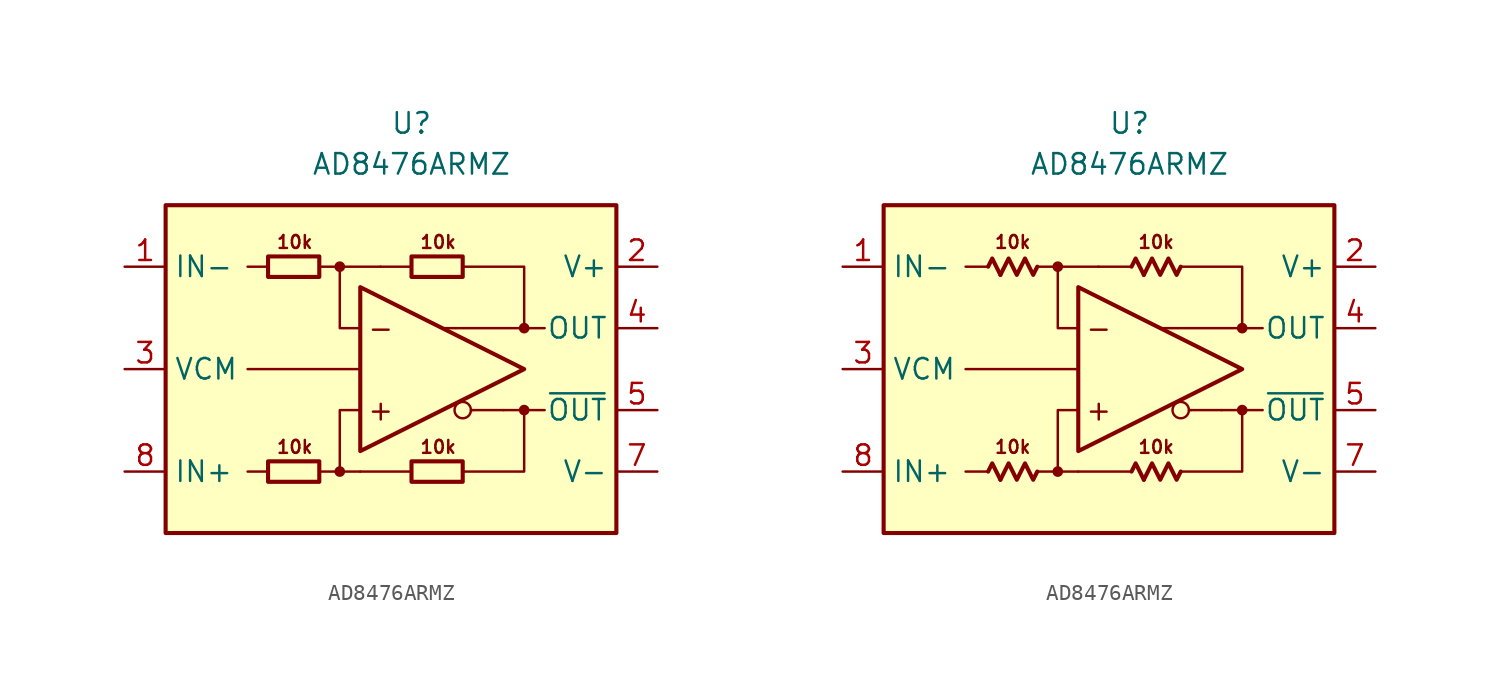
<source format=kicad_sym>
(kicad_symbol_lib
  (version 20231120)
  (generator "kicad_symbol_editor")
  (generator_version "8.0")
  (symbol "AD8476ARMZ"
    (property "Reference" "U"
      (at 0 15.24 0)
      (effects (font (size 1.27 1.27))))
    (property "Value" "AD8476ARMZ"
      (at 0 12.7 0)
      (effects (font (size 1.27 1.27))))
    (symbol "AD8476ARMZ_0_0"
      (rectangle (start -15.24 10.16) (end 12.7 -10.16) (stroke (width 0.254) (type default)) (fill (type background)))
      (circle (center -4.445 -6.35) (radius 0.254) (stroke (width 0.152) (type default)) (fill (type outline)))
      (circle (center -4.445 6.35) (radius 0.254) (stroke (width 0.152) (type default)) (fill (type outline)))
      (polyline (pts (xy -10.16 0) (xy -3.175 0)) (stroke (width 0) (type default)) (fill (type none)))
      (polyline (pts (xy -8.89 -6.35) (xy -10.16 -6.35)) (stroke (width 0.152) (type default)) (fill (type none)))
      (polyline (pts (xy -8.89 6.35) (xy -10.16 6.35)) (stroke (width 0.152) (type default)) (fill (type none)))
      (polyline (pts (xy -4.445 6.35) (xy -1.905 6.35)) (stroke (width 0.152) (type default)) (fill (type none)))
      (polyline (pts (xy -3.175 -6.35) (xy -4.445 -6.35)) (stroke (width 0.152) (type default)) (fill (type none)))
      (polyline (pts (xy 0 -6.35) (xy -3.175 -6.35)) (stroke (width 0.152) (type default)) (fill (type none)))
      (polyline (pts (xy 0 6.35) (xy -1.905 6.35)) (stroke (width 0.152) (type default)) (fill (type none)))
      (polyline (pts (xy 3.81 -2.54) (xy 3.683 -2.54)) (stroke (width 0.152) (type default)) (fill (type none)))
      (polyline (pts (xy 5.715 -2.54) (xy 3.81 -2.54)) (stroke (width 0.152) (type default)) (fill (type none)))
      (polyline (pts (xy 6.985 -2.54) (xy 8.255 -2.54)) (stroke (width 0.152) (type default)) (fill (type none)))
      (polyline (pts (xy 6.985 2.54) (xy 8.255 2.54)) (stroke (width 0.152) (type default)) (fill (type none)))
      (polyline (pts (xy -5.715 -6.35) (xy -4.445 -6.35) (xy -4.445 -2.54) (xy -3.175 -2.54)) (stroke (width 0.152) (type default)) (fill (type none)))
      (polyline (pts (xy -3.175 2.54) (xy -4.445 2.54) (xy -4.445 6.35) (xy -5.715 6.35)) (stroke (width 0.152) (type default)) (fill (type none)))
      (polyline (pts (xy 3.175 6.35) (xy 6.985 6.35) (xy 6.985 2.54) (xy 1.905 2.54)) (stroke (width 0.152) (type default)) (fill (type none)))
      (polyline (pts (xy 5.715 -2.54) (xy 6.985 -2.54) (xy 6.985 -6.35) (xy 3.175 -6.35)) (stroke (width 0.152) (type default)) (fill (type none)))
      (circle (center 3.175 -2.54) (radius 0.508) (stroke (width 0.152) (type default)) (fill (type none)))
      (circle (center 6.985 -2.54) (radius 0.254) (stroke (width 0.152) (type default)) (fill (type outline)))
      (circle (center 6.985 2.54) (radius 0.254) (stroke (width 0.152) (type default)) (fill (type outline)))
      (text "+" (at -1.905 -2.54 0) (effects (font (size 1.27 1.27))))
      (text "-" (at -1.905 2.54 0) (effects (font (size 1.27 1.27))))
      (text "10k" (at -7.239 -4.826 0) (effects (font (size 0.8 0.8))))
      (text "10k" (at -7.239 7.874 0) (effects (font (size 0.8 0.8))))
      (text "10k" (at 1.651 -4.826 0) (effects (font (size 0.8 0.8))))
      (text "10k" (at 1.651 7.874 0) (effects (font (size 0.8 0.8)))))
    (symbol "AD8476ARMZ_0_1"
      (rectangle (start -8.89 -5.715) (end -5.715 -6.985) (stroke (width 0.254) (type default)) (fill (type none)))
      (rectangle (start -8.89 6.985) (end -5.715 5.715) (stroke (width 0.254) (type default)) (fill (type none)))
      (rectangle (start 0 -5.715) (end 3.175 -6.985) (stroke (width 0.254) (type default)) (fill (type none)))
      (rectangle (start 0 6.985) (end 3.175 5.715) (stroke (width 0.254) (type default)) (fill (type none))))
    (symbol "AD8476ARMZ_0_2"
      (polyline (pts (xy -8.001 -6.858) (xy -8.509 -5.842) (xy -8.763 -6.35)) (stroke (width 0.254) (type default)) (fill (type none)))
      (polyline (pts (xy -8.001 5.842) (xy -8.509 6.858) (xy -8.763 6.35)) (stroke (width 0.254) (type default)) (fill (type none)))
      (polyline (pts (xy 0.889 -6.858) (xy 0.381 -5.842) (xy 0.127 -6.35)) (stroke (width 0.254) (type default)) (fill (type none)))
      (polyline (pts (xy 0.889 5.842) (xy 0.381 6.858) (xy 0.127 6.35)) (stroke (width 0.254) (type default)) (fill (type none)))
      (polyline (pts (xy -5.715 -6.35) (xy -5.969 -6.858) (xy -6.477 -5.842) (xy -6.985 -6.858) (xy -7.493 -5.842) (xy -8.001 -6.858)) (stroke (width 0.254) (type default)) (fill (type none)))
      (polyline (pts (xy -5.715 6.35) (xy -5.969 5.842) (xy -6.477 6.858) (xy -6.985 5.842) (xy -7.493 6.858) (xy -8.001 5.842)) (stroke (width 0.254) (type default)) (fill (type none)))
      (polyline (pts (xy 3.175 -6.35) (xy 2.921 -6.858) (xy 2.413 -5.842) (xy 1.905 -6.858) (xy 1.397 -5.842) (xy 0.889 -6.858)) (stroke (width 0.254) (type default)) (fill (type none)))
      (polyline (pts (xy 3.175 6.35) (xy 2.921 5.842) (xy 2.413 6.858) (xy 1.905 5.842) (xy 1.397 6.858) (xy 0.889 5.842)) (stroke (width 0.254) (type default)) (fill (type none))))
    (symbol "AD8476ARMZ_1_0"
      (polyline (pts (xy -3.175 5.08) (xy -3.175 -5.08) (xy 6.985 0) (xy -3.175 5.08)) (stroke (width 0.254) (type default)) (fill (type none))))
    (symbol "AD8476ARMZ_1_1"
      (pin input line (at -17.78 6.35 0) (length 2.54) (name "IN-" (effects (font (size 1.27 1.27)))) (number "1" (effects (font (size 1.27 1.27)))))
      (pin power_in line (at 15.24 6.35 180) (length 2.54) (name "V+" (effects (font (size 1.27 1.27)))) (number "2" (effects (font (size 1.27 1.27)))))
      (pin input line (at -17.78 0 0) (length 2.54) (name "VCM" (effects (font (size 1.27 1.27)))) (number "3" (effects (font (size 1.27 1.27)))))
      (pin output line (at 15.24 2.54 180) (length 2.54) (name "OUT" (effects (font (size 1.27 1.27)))) (number "4" (effects (font (size 1.27 1.27)))))
      (pin output line (at 15.24 -2.54 180) (length 2.54) (name "~{OUT}" (effects (font (size 1.27 1.27)))) (number "5" (effects (font (size 1.27 1.27)))))
      (pin free line (at -10.16 -2.54 0) (length 2.54) hide (name "NC" (effects (font (size 1.27 1.27)))) (number "6" (effects (font (size 1.27 1.27)))))
      (pin power_in line (at 15.24 -6.35 180) (length 2.54) (name "V-" (effects (font (size 1.27 1.27)))) (number "7" (effects (font (size 1.27 1.27)))))
      (pin input line (at -17.78 -6.35 0) (length 2.54) (name "IN+" (effects (font (size 1.27 1.27)))) (number "8" (effects (font (size 1.27 1.27))))))
    (symbol "AD8476ARMZ_1_2"
      (pin input line (at -17.78 6.35 0) (length 2.54) (name "IN-" (effects (font (size 1.27 1.27)))) (number "1" (effects (font (size 1.27 1.27)))))
      (pin power_in line (at 15.24 6.35 180) (length 2.54) (name "V+" (effects (font (size 1.27 1.27)))) (number "2" (effects (font (size 1.27 1.27)))))
      (pin input line (at -17.78 0 0) (length 2.54) (name "VCM" (effects (font (size 1.27 1.27)))) (number "3" (effects (font (size 1.27 1.27)))))
      (pin output line (at 15.24 2.54 180) (length 2.54) (name "OUT" (effects (font (size 1.27 1.27)))) (number "4" (effects (font (size 1.27 1.27)))))
      (pin output line (at 15.24 -2.54 180) (length 2.54) (name "~{OUT}" (effects (font (size 1.27 1.27)))) (number "5" (effects (font (size 1.27 1.27)))))
      (pin free line (at -10.16 -2.54 0) (length 2.54) hide (name "NC" (effects (font (size 1.27 1.27)))) (number "6" (effects (font (size 1.27 1.27)))))
      (pin power_in line (at 15.24 -6.35 180) (length 2.54) (name "V-" (effects (font (size 1.27 1.27)))) (number "7" (effects (font (size 1.27 1.27)))))
      (pin input line (at -17.78 -6.35 0) (length 2.54) (name "IN+" (effects (font (size 1.27 1.27)))) (number "8" (effects (font (size 1.27 1.27))))))))
</source>
